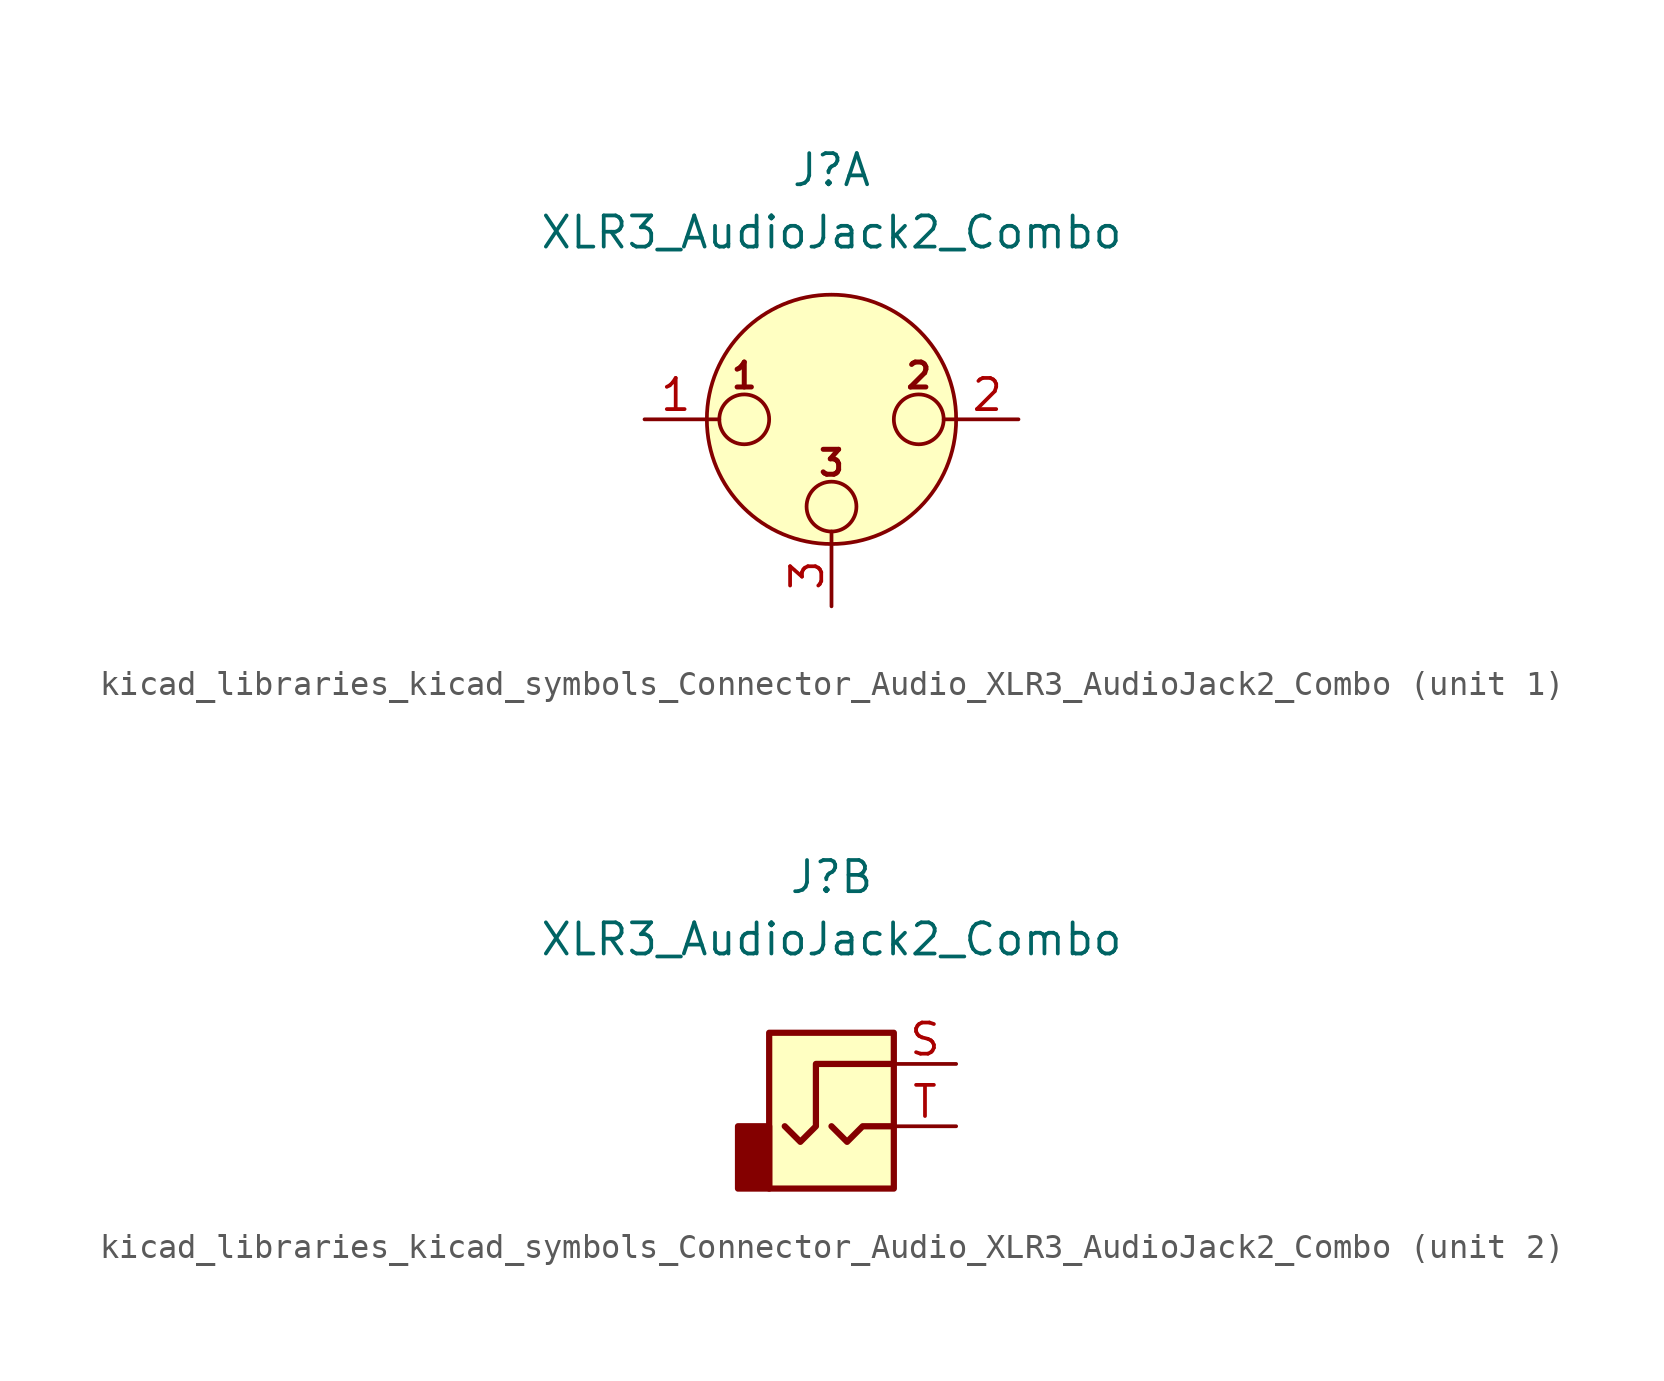
<source format=kicad_sym>
(kicad_symbol_lib
  (version 20220914)
  (generator kicad_symbol_editor)
  (symbol "kicad_libraries_kicad_symbols_Connector_Audio_XLR3_AudioJack2_Combo"
    (pin_names hide)
    (property "Reference" "J"
      (at 0 10.16 0)
      (effects (font (size 1.27 1.27))))
    (property "Value" "XLR3_AudioJack2_Combo"
      (at 0 7.62 0)
      (effects (font (size 1.27 1.27))))
    (symbol "kicad_libraries_kicad_symbols_Connector_Audio_XLR3_AudioJack2_Combo_1_1"
      (circle (center -3.556 0) (radius 1.016) (stroke (width 0) (type default)) (fill (type none)))
      (circle (center 0 -3.556) (radius 1.016) (stroke (width 0) (type default)) (fill (type none)))
      (polyline (pts (xy -5.08 0) (xy -4.572 0)) (stroke (width 0) (type default)) (fill (type none)))
      (polyline (pts (xy 0 -5.08) (xy 0 -4.572)) (stroke (width 0) (type default)) (fill (type none)))
      (polyline (pts (xy 5.08 0) (xy 4.572 0)) (stroke (width 0) (type default)) (fill (type none)))
      (circle (center 0 0) (radius 5.08) (stroke (width 0) (type default)) (fill (type background)))
      (circle (center 3.556 0) (radius 1.016) (stroke (width 0) (type default)) (fill (type none)))
      (text "1" (at -3.556 1.778 0) (effects (font (size 1.016 1.016) bold)))
      (text "2" (at 3.556 1.778 0) (effects (font (size 1.016 1.016) bold)))
      (text "3" (at 0 -1.778 0) (effects (font (size 1.016 1.016) bold)))
      (pin passive line (at -7.62 0 0) (length 2.54) (name "~" (effects (font (size 1.27 1.27)))) (number "1" (effects (font (size 1.27 1.27)))))
      (pin passive line (at 7.62 0 180) (length 2.54) (name "~" (effects (font (size 1.27 1.27)))) (number "2" (effects (font (size 1.27 1.27)))))
      (pin passive line (at 0 -7.62 90) (length 2.54) (name "~" (effects (font (size 1.27 1.27)))) (number "3" (effects (font (size 1.27 1.27))))))
    (symbol "kicad_libraries_kicad_symbols_Connector_Audio_XLR3_AudioJack2_Combo_2_1"
      (rectangle (start -2.54 0) (end -3.81 -2.54) (stroke (width 0.254) (type default)) (fill (type outline)))
      (polyline (pts (xy 0 0) (xy 0.635 -0.635) (xy 1.27 0) (xy 2.54 0)) (stroke (width 0.254) (type default)) (fill (type none)))
      (polyline (pts (xy 2.54 2.54) (xy -0.635 2.54) (xy -0.635 0) (xy -1.27 -0.635) (xy -1.905 0)) (stroke (width 0.254) (type default)) (fill (type none)))
      (rectangle (start 2.54 3.81) (end -2.54 -2.54) (stroke (width 0.254) (type default)) (fill (type background)))
      (pin passive line (at 5.08 2.54 180) (length 2.54) (name "~" (effects (font (size 1.27 1.27)))) (number "S" (effects (font (size 1.27 1.27)))))
      (pin passive line (at 5.08 0 180) (length 2.54) (name "~" (effects (font (size 1.27 1.27)))) (number "T" (effects (font (size 1.27 1.27))))))))
</source>
